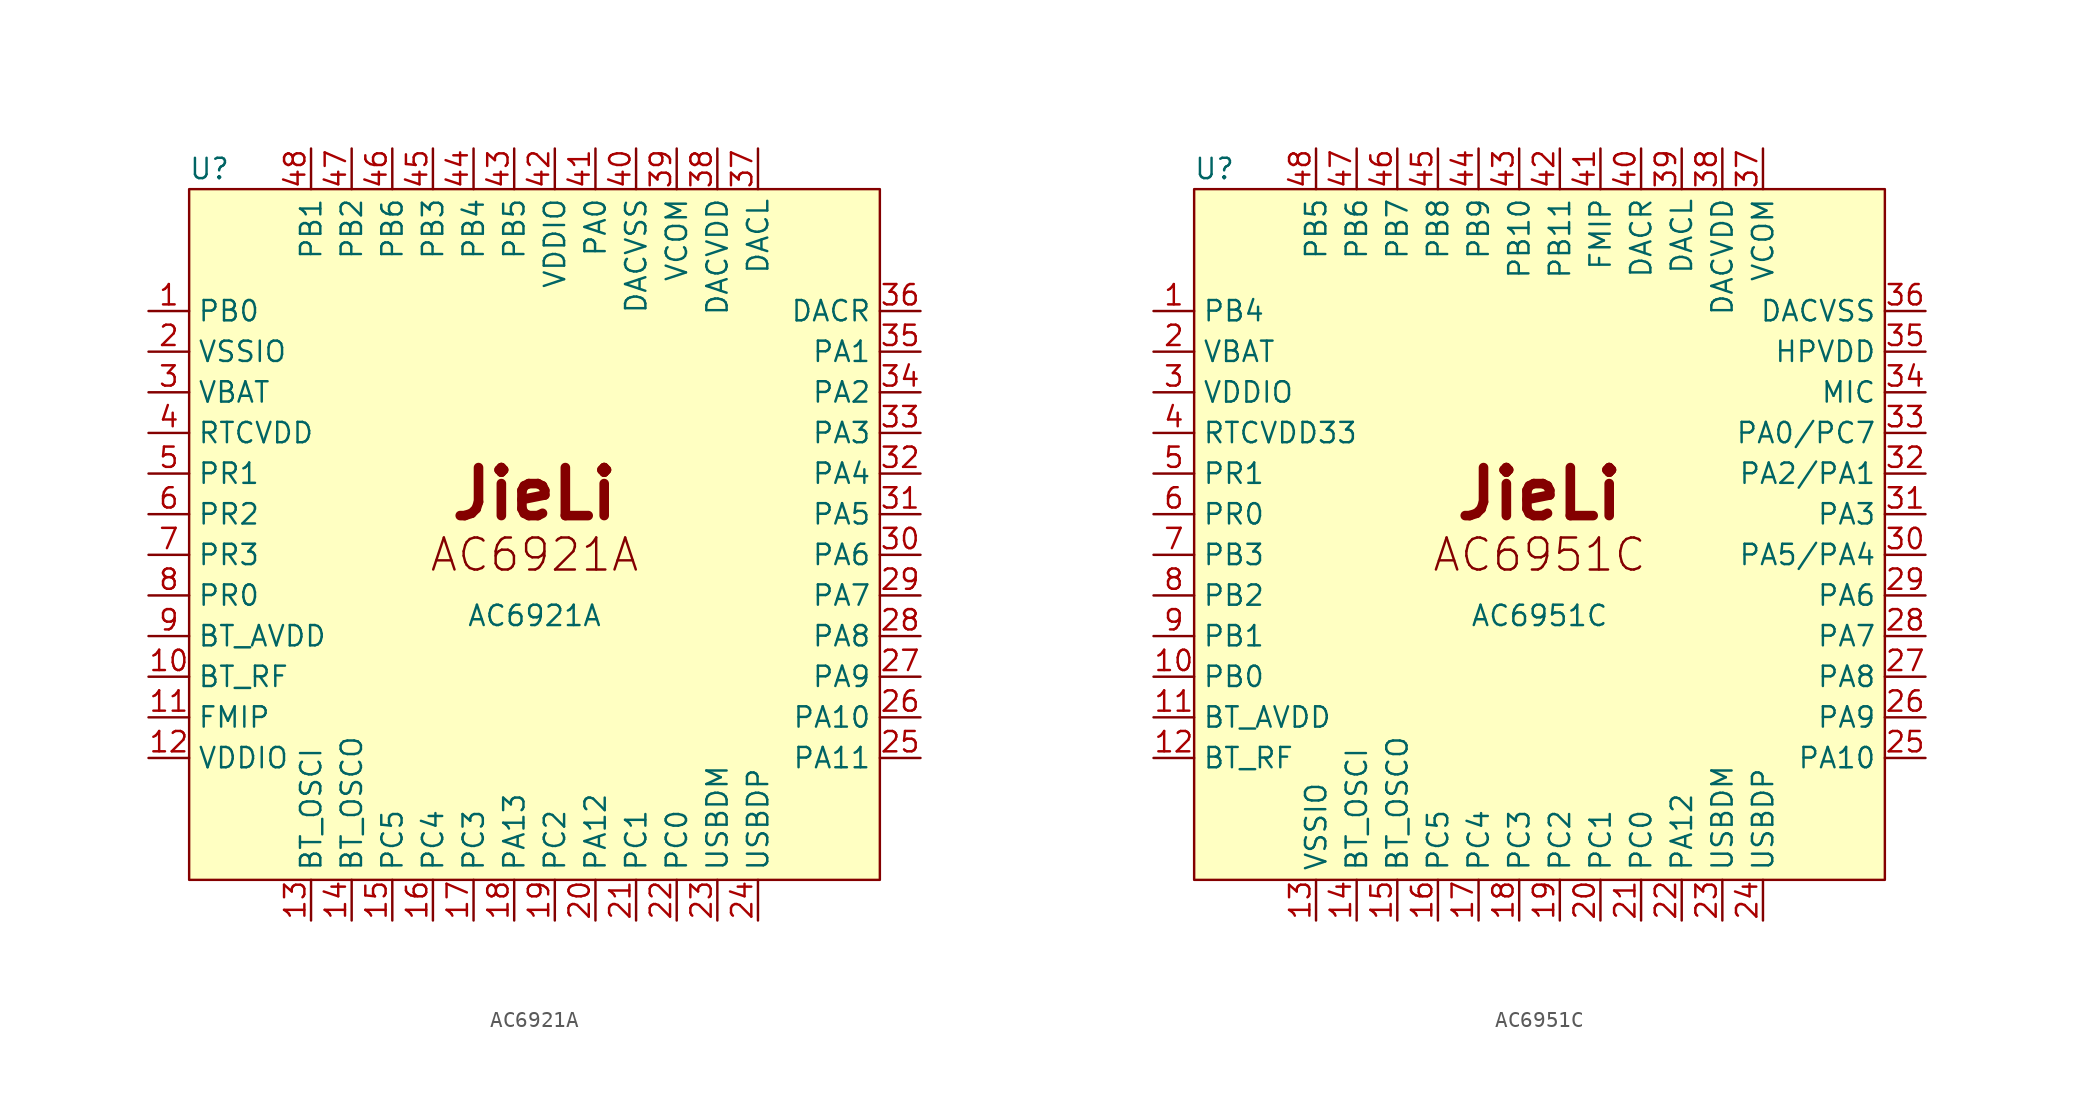
<source format=kicad_sym>
(kicad_symbol_lib
  (version 20211014)
  (generator kicad_symbol_editor)
  (symbol "AC6921A"
    (property "Reference" "U"
      (at -20.32 22.86 0)
      (effects (font (size 1.27 1.27))))
    (property "Value" "AC6921A"
      (at 0 -5.08 0)
      (effects (font (size 1.27 1.27))))
    (symbol "AC6921A_0_0"
      (rectangle (start -21.59 21.59) (end 21.59 -21.59) (stroke (width 0.152) (type default) (color 0 0 0 0)) (fill (type background)))
      (text "AC6921A" (at 0 -1.27 0) (effects (font (size 2 2))))
      (text "JieLi" (at 0 2.54 0) (effects (font (size 3 3) bold))))
    (symbol "AC6921A_1_1"
      (pin bidirectional line (at -24.13 13.97 0) (length 2.54) (name "PB0" (effects (font (size 1.27 1.27)))) (number "1" (effects (font (size 1.27 1.27)))))
      (pin passive line (at -24.13 -8.89 0) (length 2.54) (name "BT_RF" (effects (font (size 1.27 1.27)))) (number "10" (effects (font (size 1.27 1.27)))))
      (pin input line (at -24.13 -11.43 0) (length 2.54) (name "FMIP" (effects (font (size 1.27 1.27)))) (number "11" (effects (font (size 1.27 1.27)))))
      (pin power_in line (at -24.13 -13.97 0) (length 2.54) (name "VDDIO" (effects (font (size 1.27 1.27)))) (number "12" (effects (font (size 1.27 1.27)))))
      (pin input line (at -13.97 -24.13 90) (length 2.54) (name "BT_OSCI" (effects (font (size 1.27 1.27)))) (number "13" (effects (font (size 1.27 1.27)))))
      (pin output line (at -11.43 -24.13 90) (length 2.54) (name "BT_OSCO" (effects (font (size 1.27 1.27)))) (number "14" (effects (font (size 1.27 1.27)))))
      (pin bidirectional line (at -8.89 -24.13 90) (length 2.54) (name "PC5" (effects (font (size 1.27 1.27)))) (number "15" (effects (font (size 1.27 1.27)))))
      (pin bidirectional line (at -6.35 -24.13 90) (length 2.54) (name "PC4" (effects (font (size 1.27 1.27)))) (number "16" (effects (font (size 1.27 1.27)))))
      (pin bidirectional line (at -3.81 -24.13 90) (length 2.54) (name "PC3" (effects (font (size 1.27 1.27)))) (number "17" (effects (font (size 1.27 1.27)))))
      (pin bidirectional line (at -1.27 -24.13 90) (length 2.54) (name "PA13" (effects (font (size 1.27 1.27)))) (number "18" (effects (font (size 1.27 1.27)))))
      (pin bidirectional line (at 1.27 -24.13 90) (length 2.54) (name "PC2" (effects (font (size 1.27 1.27)))) (number "19" (effects (font (size 1.27 1.27)))))
      (pin power_in line (at -24.13 11.43 0) (length 2.54) (name "VSSIO" (effects (font (size 1.27 1.27)))) (number "2" (effects (font (size 1.27 1.27)))))
      (pin bidirectional line (at 3.81 -24.13 90) (length 2.54) (name "PA12" (effects (font (size 1.27 1.27)))) (number "20" (effects (font (size 1.27 1.27)))))
      (pin bidirectional line (at 6.35 -24.13 90) (length 2.54) (name "PC1" (effects (font (size 1.27 1.27)))) (number "21" (effects (font (size 1.27 1.27)))))
      (pin bidirectional line (at 8.89 -24.13 90) (length 2.54) (name "PC0" (effects (font (size 1.27 1.27)))) (number "22" (effects (font (size 1.27 1.27)))))
      (pin bidirectional line (at 11.43 -24.13 90) (length 2.54) (name "USBDM" (effects (font (size 1.27 1.27)))) (number "23" (effects (font (size 1.27 1.27)))))
      (pin bidirectional line (at 13.97 -24.13 90) (length 2.54) (name "USBDP" (effects (font (size 1.27 1.27)))) (number "24" (effects (font (size 1.27 1.27)))))
      (pin bidirectional line (at 24.13 -13.97 180) (length 2.54) (name "PA11" (effects (font (size 1.27 1.27)))) (number "25" (effects (font (size 1.27 1.27)))))
      (pin bidirectional line (at 24.13 -11.43 180) (length 2.54) (name "PA10" (effects (font (size 1.27 1.27)))) (number "26" (effects (font (size 1.27 1.27)))))
      (pin bidirectional line (at 24.13 -8.89 180) (length 2.54) (name "PA9" (effects (font (size 1.27 1.27)))) (number "27" (effects (font (size 1.27 1.27)))))
      (pin bidirectional line (at 24.13 -6.35 180) (length 2.54) (name "PA8" (effects (font (size 1.27 1.27)))) (number "28" (effects (font (size 1.27 1.27)))))
      (pin bidirectional line (at 24.13 -3.81 180) (length 2.54) (name "PA7" (effects (font (size 1.27 1.27)))) (number "29" (effects (font (size 1.27 1.27)))))
      (pin power_in line (at -24.13 8.89 0) (length 2.54) (name "VBAT" (effects (font (size 1.27 1.27)))) (number "3" (effects (font (size 1.27 1.27)))))
      (pin bidirectional line (at 24.13 -1.27 180) (length 2.54) (name "PA6" (effects (font (size 1.27 1.27)))) (number "30" (effects (font (size 1.27 1.27)))))
      (pin bidirectional line (at 24.13 1.27 180) (length 2.54) (name "PA5" (effects (font (size 1.27 1.27)))) (number "31" (effects (font (size 1.27 1.27)))))
      (pin bidirectional line (at 24.13 3.81 180) (length 2.54) (name "PA4" (effects (font (size 1.27 1.27)))) (number "32" (effects (font (size 1.27 1.27)))))
      (pin bidirectional line (at 24.13 6.35 180) (length 2.54) (name "PA3" (effects (font (size 1.27 1.27)))) (number "33" (effects (font (size 1.27 1.27)))))
      (pin bidirectional line (at 24.13 8.89 180) (length 2.54) (name "PA2" (effects (font (size 1.27 1.27)))) (number "34" (effects (font (size 1.27 1.27)))))
      (pin bidirectional line (at 24.13 11.43 180) (length 2.54) (name "PA1" (effects (font (size 1.27 1.27)))) (number "35" (effects (font (size 1.27 1.27)))))
      (pin output line (at 24.13 13.97 180) (length 2.54) (name "DACR" (effects (font (size 1.27 1.27)))) (number "36" (effects (font (size 1.27 1.27)))))
      (pin output line (at 13.97 24.13 270) (length 2.54) (name "DACL" (effects (font (size 1.27 1.27)))) (number "37" (effects (font (size 1.27 1.27)))))
      (pin power_out line (at 11.43 24.13 270) (length 2.54) (name "DACVDD" (effects (font (size 1.27 1.27)))) (number "38" (effects (font (size 1.27 1.27)))))
      (pin power_out line (at 8.89 24.13 270) (length 2.54) (name "VCOM" (effects (font (size 1.27 1.27)))) (number "39" (effects (font (size 1.27 1.27)))))
      (pin power_out line (at -24.13 6.35 0) (length 2.54) (name "RTCVDD" (effects (font (size 1.27 1.27)))) (number "4" (effects (font (size 1.27 1.27)))))
      (pin power_in line (at 6.35 24.13 270) (length 2.54) (name "DACVSS" (effects (font (size 1.27 1.27)))) (number "40" (effects (font (size 1.27 1.27)))))
      (pin bidirectional line (at 3.81 24.13 270) (length 2.54) (name "PA0" (effects (font (size 1.27 1.27)))) (number "41" (effects (font (size 1.27 1.27)))))
      (pin power_out line (at 1.27 24.13 270) (length 2.54) (name "VDDIO" (effects (font (size 1.27 1.27)))) (number "42" (effects (font (size 1.27 1.27)))))
      (pin bidirectional line (at -1.27 24.13 270) (length 2.54) (name "PB5" (effects (font (size 1.27 1.27)))) (number "43" (effects (font (size 1.27 1.27)))))
      (pin bidirectional line (at -3.81 24.13 270) (length 2.54) (name "PB4" (effects (font (size 1.27 1.27)))) (number "44" (effects (font (size 1.27 1.27)))))
      (pin bidirectional line (at -6.35 24.13 270) (length 2.54) (name "PB3" (effects (font (size 1.27 1.27)))) (number "45" (effects (font (size 1.27 1.27)))))
      (pin bidirectional line (at -8.89 24.13 270) (length 2.54) (name "PB6" (effects (font (size 1.27 1.27)))) (number "46" (effects (font (size 1.27 1.27)))))
      (pin bidirectional line (at -11.43 24.13 270) (length 2.54) (name "PB2" (effects (font (size 1.27 1.27)))) (number "47" (effects (font (size 1.27 1.27)))))
      (pin bidirectional line (at -13.97 24.13 270) (length 2.54) (name "PB1" (effects (font (size 1.27 1.27)))) (number "48" (effects (font (size 1.27 1.27)))))
      (pin bidirectional line (at -24.13 3.81 0) (length 2.54) (name "PR1" (effects (font (size 1.27 1.27)))) (number "5" (effects (font (size 1.27 1.27)))))
      (pin bidirectional line (at -24.13 1.27 0) (length 2.54) (name "PR2" (effects (font (size 1.27 1.27)))) (number "6" (effects (font (size 1.27 1.27)))))
      (pin bidirectional line (at -24.13 -1.27 0) (length 2.54) (name "PR3" (effects (font (size 1.27 1.27)))) (number "7" (effects (font (size 1.27 1.27)))))
      (pin bidirectional line (at -24.13 -3.81 0) (length 2.54) (name "PR0" (effects (font (size 1.27 1.27)))) (number "8" (effects (font (size 1.27 1.27)))))
      (pin power_out line (at -24.13 -6.35 0) (length 2.54) (name "BT_AVDD" (effects (font (size 1.27 1.27)))) (number "9" (effects (font (size 1.27 1.27)))))))
  (symbol "AC6951C"
    (property "Reference" "U"
      (at -20.32 22.86 0)
      (effects (font (size 1.27 1.27))))
    (property "Value" "AC6951C"
      (at 0 -5.08 0)
      (effects (font (size 1.27 1.27))))
    (symbol "AC6951C_0_0"
      (rectangle (start -21.59 21.59) (end 21.59 -21.59) (stroke (width 0.152) (type default) (color 0 0 0 0)) (fill (type background)))
      (text "AC6951C" (at 0 -1.27 0) (effects (font (size 2 2))))
      (text "JieLi" (at 0 2.54 0) (effects (font (size 3 3) bold))))
    (symbol "AC6951C_1_1"
      (pin bidirectional line (at -24.13 13.97 0) (length 2.54) (name "PB4" (effects (font (size 1.27 1.27)))) (number "1" (effects (font (size 1.27 1.27)))))
      (pin bidirectional line (at -24.13 -8.89 0) (length 2.54) (name "PB0" (effects (font (size 1.27 1.27)))) (number "10" (effects (font (size 1.27 1.27)))))
      (pin power_out line (at -24.13 -11.43 0) (length 2.54) (name "BT_AVDD" (effects (font (size 1.27 1.27)))) (number "11" (effects (font (size 1.27 1.27)))))
      (pin passive line (at -24.13 -13.97 0) (length 2.54) (name "BT_RF" (effects (font (size 1.27 1.27)))) (number "12" (effects (font (size 1.27 1.27)))))
      (pin power_in line (at -13.97 -24.13 90) (length 2.54) (name "VSSIO" (effects (font (size 1.27 1.27)))) (number "13" (effects (font (size 1.27 1.27)))))
      (pin input line (at -11.43 -24.13 90) (length 2.54) (name "BT_OSCI" (effects (font (size 1.27 1.27)))) (number "14" (effects (font (size 1.27 1.27)))))
      (pin output line (at -8.89 -24.13 90) (length 2.54) (name "BT_OSCO" (effects (font (size 1.27 1.27)))) (number "15" (effects (font (size 1.27 1.27)))))
      (pin bidirectional line (at -6.35 -24.13 90) (length 2.54) (name "PC5" (effects (font (size 1.27 1.27)))) (number "16" (effects (font (size 1.27 1.27)))))
      (pin bidirectional line (at -3.81 -24.13 90) (length 2.54) (name "PC4" (effects (font (size 1.27 1.27)))) (number "17" (effects (font (size 1.27 1.27)))))
      (pin bidirectional line (at -1.27 -24.13 90) (length 2.54) (name "PC3" (effects (font (size 1.27 1.27)))) (number "18" (effects (font (size 1.27 1.27)))))
      (pin bidirectional line (at 1.27 -24.13 90) (length 2.54) (name "PC2" (effects (font (size 1.27 1.27)))) (number "19" (effects (font (size 1.27 1.27)))))
      (pin power_in line (at -24.13 11.43 0) (length 2.54) (name "VBAT" (effects (font (size 1.27 1.27)))) (number "2" (effects (font (size 1.27 1.27)))))
      (pin bidirectional line (at 3.81 -24.13 90) (length 2.54) (name "PC1" (effects (font (size 1.27 1.27)))) (number "20" (effects (font (size 1.27 1.27)))))
      (pin bidirectional line (at 6.35 -24.13 90) (length 2.54) (name "PC0" (effects (font (size 1.27 1.27)))) (number "21" (effects (font (size 1.27 1.27)))))
      (pin bidirectional line (at 8.89 -24.13 90) (length 2.54) (name "PA12" (effects (font (size 1.27 1.27)))) (number "22" (effects (font (size 1.27 1.27)))))
      (pin bidirectional line (at 11.43 -24.13 90) (length 2.54) (name "USBDM" (effects (font (size 1.27 1.27)))) (number "23" (effects (font (size 1.27 1.27)))))
      (pin bidirectional line (at 13.97 -24.13 90) (length 2.54) (name "USBDP" (effects (font (size 1.27 1.27)))) (number "24" (effects (font (size 1.27 1.27)))))
      (pin bidirectional line (at 24.13 -13.97 180) (length 2.54) (name "PA10" (effects (font (size 1.27 1.27)))) (number "25" (effects (font (size 1.27 1.27)))))
      (pin bidirectional line (at 24.13 -11.43 180) (length 2.54) (name "PA9" (effects (font (size 1.27 1.27)))) (number "26" (effects (font (size 1.27 1.27)))))
      (pin bidirectional line (at 24.13 -8.89 180) (length 2.54) (name "PA8" (effects (font (size 1.27 1.27)))) (number "27" (effects (font (size 1.27 1.27)))))
      (pin bidirectional line (at 24.13 -6.35 180) (length 2.54) (name "PA7" (effects (font (size 1.27 1.27)))) (number "28" (effects (font (size 1.27 1.27)))))
      (pin bidirectional line (at 24.13 -3.81 180) (length 2.54) (name "PA6" (effects (font (size 1.27 1.27)))) (number "29" (effects (font (size 1.27 1.27)))))
      (pin power_out line (at -24.13 8.89 0) (length 2.54) (name "VDDIO" (effects (font (size 1.27 1.27)))) (number "3" (effects (font (size 1.27 1.27)))))
      (pin bidirectional line (at 24.13 -1.27 180) (length 2.54) (name "PA5/PA4" (effects (font (size 1.27 1.27)))) (number "30" (effects (font (size 1.27 1.27)))))
      (pin bidirectional line (at 24.13 1.27 180) (length 2.54) (name "PA3" (effects (font (size 1.27 1.27)))) (number "31" (effects (font (size 1.27 1.27)))))
      (pin bidirectional line (at 24.13 3.81 180) (length 2.54) (name "PA2/PA1" (effects (font (size 1.27 1.27)))) (number "32" (effects (font (size 1.27 1.27)))))
      (pin bidirectional line (at 24.13 6.35 180) (length 2.54) (name "PA0/PC7" (effects (font (size 1.27 1.27)))) (number "33" (effects (font (size 1.27 1.27)))))
      (pin input line (at 24.13 8.89 180) (length 2.54) (name "MIC" (effects (font (size 1.27 1.27)))) (number "34" (effects (font (size 1.27 1.27)))))
      (pin power_out line (at 24.13 11.43 180) (length 2.54) (name "HPVDD" (effects (font (size 1.27 1.27)))) (number "35" (effects (font (size 1.27 1.27)))))
      (pin power_in line (at 24.13 13.97 180) (length 2.54) (name "DACVSS" (effects (font (size 1.27 1.27)))) (number "36" (effects (font (size 1.27 1.27)))))
      (pin power_out line (at 13.97 24.13 270) (length 2.54) (name "VCOM" (effects (font (size 1.27 1.27)))) (number "37" (effects (font (size 1.27 1.27)))))
      (pin power_out line (at 11.43 24.13 270) (length 2.54) (name "DACVDD" (effects (font (size 1.27 1.27)))) (number "38" (effects (font (size 1.27 1.27)))))
      (pin output line (at 8.89 24.13 270) (length 2.54) (name "DACL" (effects (font (size 1.27 1.27)))) (number "39" (effects (font (size 1.27 1.27)))))
      (pin power_out line (at -24.13 6.35 0) (length 2.54) (name "RTCVDD33" (effects (font (size 1.27 1.27)))) (number "4" (effects (font (size 1.27 1.27)))))
      (pin output line (at 6.35 24.13 270) (length 2.54) (name "DACR" (effects (font (size 1.27 1.27)))) (number "40" (effects (font (size 1.27 1.27)))))
      (pin input line (at 3.81 24.13 270) (length 2.54) (name "FMIP" (effects (font (size 1.27 1.27)))) (number "41" (effects (font (size 1.27 1.27)))))
      (pin bidirectional line (at 1.27 24.13 270) (length 2.54) (name "PB11" (effects (font (size 1.27 1.27)))) (number "42" (effects (font (size 1.27 1.27)))))
      (pin bidirectional line (at -1.27 24.13 270) (length 2.54) (name "PB10" (effects (font (size 1.27 1.27)))) (number "43" (effects (font (size 1.27 1.27)))))
      (pin bidirectional line (at -3.81 24.13 270) (length 2.54) (name "PB9" (effects (font (size 1.27 1.27)))) (number "44" (effects (font (size 1.27 1.27)))))
      (pin bidirectional line (at -6.35 24.13 270) (length 2.54) (name "PB8" (effects (font (size 1.27 1.27)))) (number "45" (effects (font (size 1.27 1.27)))))
      (pin bidirectional line (at -8.89 24.13 270) (length 2.54) (name "PB7" (effects (font (size 1.27 1.27)))) (number "46" (effects (font (size 1.27 1.27)))))
      (pin bidirectional line (at -11.43 24.13 270) (length 2.54) (name "PB6" (effects (font (size 1.27 1.27)))) (number "47" (effects (font (size 1.27 1.27)))))
      (pin bidirectional line (at -13.97 24.13 270) (length 2.54) (name "PB5" (effects (font (size 1.27 1.27)))) (number "48" (effects (font (size 1.27 1.27)))))
      (pin bidirectional line (at -24.13 3.81 0) (length 2.54) (name "PR1" (effects (font (size 1.27 1.27)))) (number "5" (effects (font (size 1.27 1.27)))))
      (pin bidirectional line (at -24.13 1.27 0) (length 2.54) (name "PR0" (effects (font (size 1.27 1.27)))) (number "6" (effects (font (size 1.27 1.27)))))
      (pin bidirectional line (at -24.13 -1.27 0) (length 2.54) (name "PB3" (effects (font (size 1.27 1.27)))) (number "7" (effects (font (size 1.27 1.27)))))
      (pin bidirectional line (at -24.13 -3.81 0) (length 2.54) (name "PB2" (effects (font (size 1.27 1.27)))) (number "8" (effects (font (size 1.27 1.27)))))
      (pin bidirectional line (at -24.13 -6.35 0) (length 2.54) (name "PB1" (effects (font (size 1.27 1.27)))) (number "9" (effects (font (size 1.27 1.27))))))))
</source>
